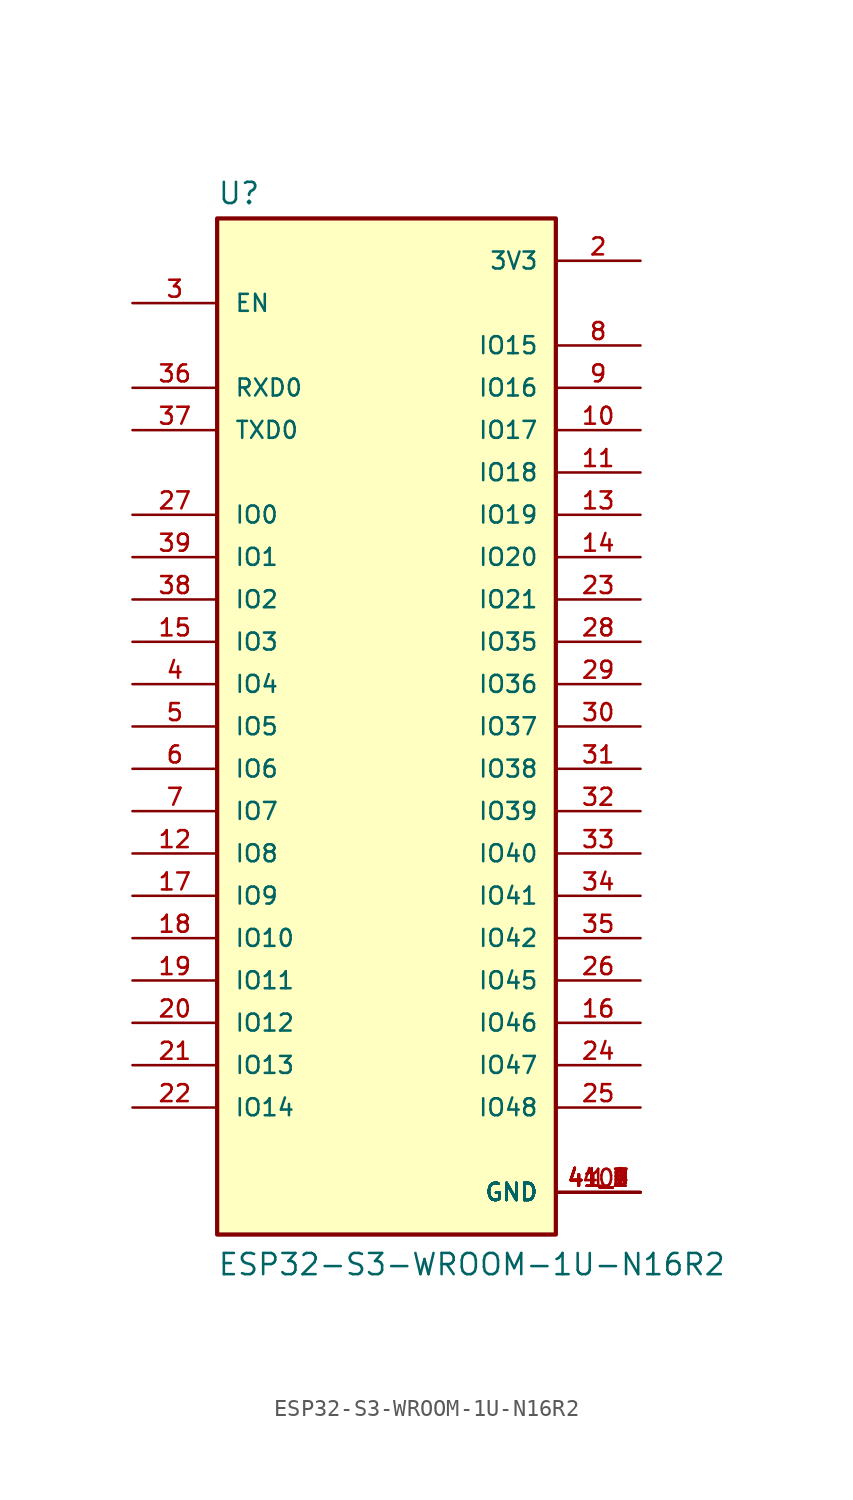
<source format=kicad_sym>
(kicad_symbol_lib
  (version 20211014)
  (generator kicad_symbol_editor)
  (symbol "ESP32-S3-WROOM-1U-N16R2"
    (pin_names
      (offset 1.016))
    (property "Reference" "U"
      (at -10.16 31.242 0)
      (effects (font (size 1.27 1.27)) (justify bottom left)))
    (property "Value" "ESP32-S3-WROOM-1U-N16R2"
      (at -10.16 -33.02 0)
      (effects (font (size 1.27 1.27)) (justify bottom left)))
    (symbol "ESP32-S3-WROOM-1U-N16R2_0_0"
      (rectangle (start -10.16 -30.48) (end 10.16 30.48) (stroke (width 0.254)) (fill (type background)))
      (pin power_in line (at 15.24 -27.94 180.0) (length 5.08) (name "GND" (effects (font (size 1.016 1.016)))) (number "1" (effects (font (size 1.016 1.016)))))
      (pin power_in line (at 15.24 -27.94 180.0) (length 5.08) (name "GND" (effects (font (size 1.016 1.016)))) (number "40" (effects (font (size 1.016 1.016)))))
      (pin power_in line (at 15.24 -27.94 180.0) (length 5.08) (name "GND" (effects (font (size 1.016 1.016)))) (number "41_1" (effects (font (size 1.016 1.016)))))
      (pin power_in line (at 15.24 -27.94 180.0) (length 5.08) (name "GND" (effects (font (size 1.016 1.016)))) (number "41_2" (effects (font (size 1.016 1.016)))))
      (pin power_in line (at 15.24 -27.94 180.0) (length 5.08) (name "GND" (effects (font (size 1.016 1.016)))) (number "41_3" (effects (font (size 1.016 1.016)))))
      (pin power_in line (at 15.24 -27.94 180.0) (length 5.08) (name "GND" (effects (font (size 1.016 1.016)))) (number "41_4" (effects (font (size 1.016 1.016)))))
      (pin power_in line (at 15.24 -27.94 180.0) (length 5.08) (name "GND" (effects (font (size 1.016 1.016)))) (number "41_5" (effects (font (size 1.016 1.016)))))
      (pin power_in line (at 15.24 -27.94 180.0) (length 5.08) (name "GND" (effects (font (size 1.016 1.016)))) (number "41_6" (effects (font (size 1.016 1.016)))))
      (pin power_in line (at 15.24 -27.94 180.0) (length 5.08) (name "GND" (effects (font (size 1.016 1.016)))) (number "41_7" (effects (font (size 1.016 1.016)))))
      (pin power_in line (at 15.24 -27.94 180.0) (length 5.08) (name "GND" (effects (font (size 1.016 1.016)))) (number "41_8" (effects (font (size 1.016 1.016)))))
      (pin power_in line (at 15.24 -27.94 180.0) (length 5.08) (name "GND" (effects (font (size 1.016 1.016)))) (number "41_9" (effects (font (size 1.016 1.016)))))
      (pin power_in line (at 15.24 27.94 180.0) (length 5.08) (name "3V3" (effects (font (size 1.016 1.016)))) (number "2" (effects (font (size 1.016 1.016)))))
      (pin input line (at -15.24 25.4 0) (length 5.08) (name "EN" (effects (font (size 1.016 1.016)))) (number "3" (effects (font (size 1.016 1.016)))))
      (pin bidirectional line (at 15.24 5.08 180.0) (length 5.08) (name "IO35" (effects (font (size 1.016 1.016)))) (number "28" (effects (font (size 1.016 1.016)))))
      (pin bidirectional line (at 15.24 -22.86 180.0) (length 5.08) (name "IO48" (effects (font (size 1.016 1.016)))) (number "25" (effects (font (size 1.016 1.016)))))
      (pin bidirectional line (at 15.24 -10.16 180.0) (length 5.08) (name "IO41" (effects (font (size 1.016 1.016)))) (number "34" (effects (font (size 1.016 1.016)))))
      (pin bidirectional line (at 15.24 -5.08 180.0) (length 5.08) (name "IO39" (effects (font (size 1.016 1.016)))) (number "32" (effects (font (size 1.016 1.016)))))
      (pin bidirectional line (at 15.24 -20.32 180.0) (length 5.08) (name "IO47" (effects (font (size 1.016 1.016)))) (number "24" (effects (font (size 1.016 1.016)))))
      (pin bidirectional line (at 15.24 -7.62 180.0) (length 5.08) (name "IO40" (effects (font (size 1.016 1.016)))) (number "33" (effects (font (size 1.016 1.016)))))
      (pin bidirectional line (at -15.24 -22.86 0) (length 5.08) (name "IO14" (effects (font (size 1.016 1.016)))) (number "22" (effects (font (size 1.016 1.016)))))
      (pin bidirectional line (at -15.24 -17.78 0) (length 5.08) (name "IO12" (effects (font (size 1.016 1.016)))) (number "20" (effects (font (size 1.016 1.016)))))
      (pin bidirectional line (at -15.24 -20.32 0) (length 5.08) (name "IO13" (effects (font (size 1.016 1.016)))) (number "21" (effects (font (size 1.016 1.016)))))
      (pin bidirectional line (at 15.24 22.86 180.0) (length 5.08) (name "IO15" (effects (font (size 1.016 1.016)))) (number "8" (effects (font (size 1.016 1.016)))))
      (pin bidirectional line (at -15.24 7.62 0) (length 5.08) (name "IO2" (effects (font (size 1.016 1.016)))) (number "38" (effects (font (size 1.016 1.016)))))
      (pin bidirectional line (at -15.24 12.7 0) (length 5.08) (name "IO0" (effects (font (size 1.016 1.016)))) (number "27" (effects (font (size 1.016 1.016)))))
      (pin bidirectional line (at -15.24 2.54 0) (length 5.08) (name "IO4" (effects (font (size 1.016 1.016)))) (number "4" (effects (font (size 1.016 1.016)))))
      (pin bidirectional line (at 15.24 20.32 180.0) (length 5.08) (name "IO16" (effects (font (size 1.016 1.016)))) (number "9" (effects (font (size 1.016 1.016)))))
      (pin bidirectional line (at 15.24 17.78 180.0) (length 5.08) (name "IO17" (effects (font (size 1.016 1.016)))) (number "10" (effects (font (size 1.016 1.016)))))
      (pin bidirectional line (at -15.24 0.0 0) (length 5.08) (name "IO5" (effects (font (size 1.016 1.016)))) (number "5" (effects (font (size 1.016 1.016)))))
      (pin bidirectional line (at 15.24 15.24 180.0) (length 5.08) (name "IO18" (effects (font (size 1.016 1.016)))) (number "11" (effects (font (size 1.016 1.016)))))
      (pin bidirectional line (at 15.24 12.7 180.0) (length 5.08) (name "IO19" (effects (font (size 1.016 1.016)))) (number "13" (effects (font (size 1.016 1.016)))))
      (pin bidirectional line (at 15.24 7.62 180.0) (length 5.08) (name "IO21" (effects (font (size 1.016 1.016)))) (number "23" (effects (font (size 1.016 1.016)))))
      (pin bidirectional line (at 15.24 0.0 180.0) (length 5.08) (name "IO37" (effects (font (size 1.016 1.016)))) (number "30" (effects (font (size 1.016 1.016)))))
      (pin bidirectional line (at 15.24 -2.54 180.0) (length 5.08) (name "IO38" (effects (font (size 1.016 1.016)))) (number "31" (effects (font (size 1.016 1.016)))))
      (pin bidirectional line (at -15.24 10.16 0) (length 5.08) (name "IO1" (effects (font (size 1.016 1.016)))) (number "39" (effects (font (size 1.016 1.016)))))
      (pin bidirectional line (at -15.24 5.08 0) (length 5.08) (name "IO3" (effects (font (size 1.016 1.016)))) (number "15" (effects (font (size 1.016 1.016)))))
      (pin bidirectional line (at -15.24 -2.54 0) (length 5.08) (name "IO6" (effects (font (size 1.016 1.016)))) (number "6" (effects (font (size 1.016 1.016)))))
      (pin bidirectional line (at -15.24 -5.08 0) (length 5.08) (name "IO7" (effects (font (size 1.016 1.016)))) (number "7" (effects (font (size 1.016 1.016)))))
      (pin bidirectional line (at -15.24 -7.62 0) (length 5.08) (name "IO8" (effects (font (size 1.016 1.016)))) (number "12" (effects (font (size 1.016 1.016)))))
      (pin bidirectional line (at -15.24 -10.16 0) (length 5.08) (name "IO9" (effects (font (size 1.016 1.016)))) (number "17" (effects (font (size 1.016 1.016)))))
      (pin bidirectional line (at -15.24 -12.7 0) (length 5.08) (name "IO10" (effects (font (size 1.016 1.016)))) (number "18" (effects (font (size 1.016 1.016)))))
      (pin bidirectional line (at -15.24 -15.24 0) (length 5.08) (name "IO11" (effects (font (size 1.016 1.016)))) (number "19" (effects (font (size 1.016 1.016)))))
      (pin bidirectional line (at 15.24 2.54 180.0) (length 5.08) (name "IO36" (effects (font (size 1.016 1.016)))) (number "29" (effects (font (size 1.016 1.016)))))
      (pin bidirectional line (at 15.24 -12.7 180.0) (length 5.08) (name "IO42" (effects (font (size 1.016 1.016)))) (number "35" (effects (font (size 1.016 1.016)))))
      (pin bidirectional line (at 15.24 10.16 180.0) (length 5.08) (name "IO20" (effects (font (size 1.016 1.016)))) (number "14" (effects (font (size 1.016 1.016)))))
      (pin bidirectional line (at -15.24 17.78 0) (length 5.08) (name "TXD0" (effects (font (size 1.016 1.016)))) (number "37" (effects (font (size 1.016 1.016)))))
      (pin bidirectional line (at -15.24 20.32 0) (length 5.08) (name "RXD0" (effects (font (size 1.016 1.016)))) (number "36" (effects (font (size 1.016 1.016)))))
      (pin bidirectional line (at 15.24 -15.24 180.0) (length 5.08) (name "IO45" (effects (font (size 1.016 1.016)))) (number "26" (effects (font (size 1.016 1.016)))))
      (pin bidirectional line (at 15.24 -17.78 180.0) (length 5.08) (name "IO46" (effects (font (size 1.016 1.016)))) (number "16" (effects (font (size 1.016 1.016))))))))
</source>
